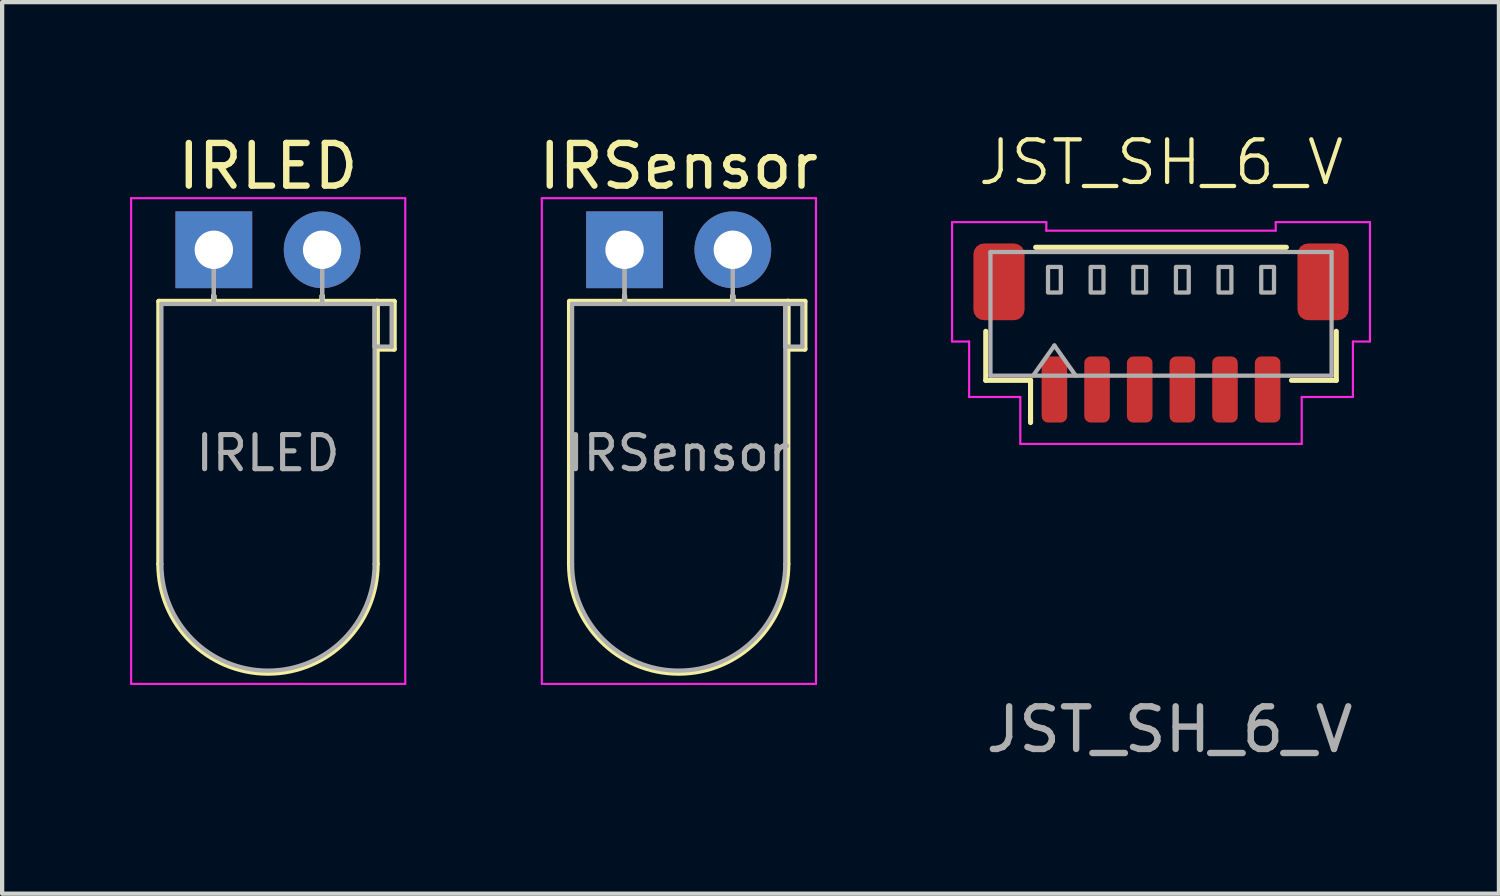
<source format=kicad_pcb>
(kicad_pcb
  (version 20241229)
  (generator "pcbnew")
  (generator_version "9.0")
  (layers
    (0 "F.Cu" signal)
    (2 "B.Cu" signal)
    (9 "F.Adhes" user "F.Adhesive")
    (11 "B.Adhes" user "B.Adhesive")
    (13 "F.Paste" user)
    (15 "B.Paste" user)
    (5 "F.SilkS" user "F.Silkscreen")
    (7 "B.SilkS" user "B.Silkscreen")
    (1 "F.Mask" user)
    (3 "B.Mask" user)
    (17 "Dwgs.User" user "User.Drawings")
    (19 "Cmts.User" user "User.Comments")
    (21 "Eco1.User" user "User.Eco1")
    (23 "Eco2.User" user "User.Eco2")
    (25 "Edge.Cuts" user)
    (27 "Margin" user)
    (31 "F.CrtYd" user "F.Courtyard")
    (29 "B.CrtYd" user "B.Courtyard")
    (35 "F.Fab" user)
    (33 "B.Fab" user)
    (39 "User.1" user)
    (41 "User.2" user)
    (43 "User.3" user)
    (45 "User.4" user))
  (footprint "JST_SH_6_V"
    (layer "F.Cu")
    (at 24.179 4.46)
    (property "Reference" "JST_SH_6_V" (at 0 -3.7 0) (unlocked yes) (layer "F.SilkS") (effects (font (size 1 1) (thickness 0.1))))
    (attr smd)
    (fp_line (start -4.11 0.26) (end -4.11 1.41) (stroke (width 0.12) (type solid)) (layer "F.SilkS"))
    (fp_line (start -4.11 1.41) (end -3.06 1.41) (stroke (width 0.12) (type solid)) (layer "F.SilkS"))
    (fp_line (start -3.06 1.41) (end -3.06 2.4) (stroke (width 0.12) (type solid)) (layer "F.SilkS"))
    (fp_line (start -2.94 -1.71) (end 2.94 -1.71) (stroke (width 0.12) (type solid)) (layer "F.SilkS"))
    (fp_line (start 4.11 0.26) (end 4.11 1.41) (stroke (width 0.12) (type solid)) (layer "F.SilkS"))
    (fp_line (start 4.11 1.41) (end 3.06 1.41) (stroke (width 0.12) (type solid)) (layer "F.SilkS"))
    (fp_line (start -4.9 -2.3) (end -2.69 -2.3) (stroke (width 0.05) (type solid)) (layer "F.CrtYd"))
    (fp_line (start -4.9 0.5) (end -4.9 -2.3) (stroke (width 0.05) (type solid)) (layer "F.CrtYd"))
    (fp_line (start -4.5 0.5) (end -4.9 0.5) (stroke (width 0.05) (type solid)) (layer "F.CrtYd"))
    (fp_line (start -4.5 1.8) (end -4.5 0.5) (stroke (width 0.05) (type solid)) (layer "F.CrtYd"))
    (fp_line (start -3.3 1.8) (end -4.5 1.8) (stroke (width 0.05) (type solid)) (layer "F.CrtYd"))
    (fp_line (start -3.3 2.9) (end -3.3 1.8) (stroke (width 0.05) (type solid)) (layer "F.CrtYd"))
    (fp_line (start -2.69 -2.3) (end -2.69 -2.1) (stroke (width 0.05) (type solid)) (layer "F.CrtYd"))
    (fp_line (start -2.69 -2.1) (end 2.69 -2.1) (stroke (width 0.05) (type solid)) (layer "F.CrtYd"))
    (fp_line (start 2.69 -2.3) (end 4.9 -2.3) (stroke (width 0.05) (type solid)) (layer "F.CrtYd"))
    (fp_line (start 2.69 -2.1) (end 2.69 -2.3) (stroke (width 0.05) (type solid)) (layer "F.CrtYd"))
    (fp_line (start 3.3 1.8) (end 3.3 2.9) (stroke (width 0.05) (type solid)) (layer "F.CrtYd"))
    (fp_line (start 3.3 2.9) (end -3.3 2.9) (stroke (width 0.05) (type solid)) (layer "F.CrtYd"))
    (fp_line (start 4.5 0.5) (end 4.5 1.8) (stroke (width 0.05) (type solid)) (layer "F.CrtYd"))
    (fp_line (start 4.5 1.8) (end 3.3 1.8) (stroke (width 0.05) (type solid)) (layer "F.CrtYd"))
    (fp_line (start 4.9 -2.3) (end 4.9 0.5) (stroke (width 0.05) (type solid)) (layer "F.CrtYd"))
    (fp_line (start 4.9 0.5) (end 4.5 0.5) (stroke (width 0.05) (type solid)) (layer "F.CrtYd"))
    (fp_line (start -4 -1.6) (end 4 -1.6) (stroke (width 0.1) (type solid)) (layer "F.Fab"))
    (fp_line (start -4 1.3) (end -4 -1.6) (stroke (width 0.1) (type solid)) (layer "F.Fab"))
    (fp_line (start -4 1.3) (end 4 1.3) (stroke (width 0.1) (type solid)) (layer "F.Fab"))
    (fp_line (start -3 1.3) (end -2.5 0.593) (stroke (width 0.1) (type solid)) (layer "F.Fab"))
    (fp_line (start -2.5 0.593) (end -2 1.3) (stroke (width 0.1) (type solid)) (layer "F.Fab"))
    (fp_line (start 4 1.3) (end 4 -1.6) (stroke (width 0.1) (type solid)) (layer "F.Fab"))
    (fp_rect (start -2.65 -1.25) (end -2.35 -0.65) (stroke (width 0.1) (type solid)) (fill no) (layer "F.Fab"))
    (fp_rect (start -1.65 -1.25) (end -1.35 -0.65) (stroke (width 0.1) (type solid)) (fill no) (layer "F.Fab"))
    (fp_rect (start -0.65 -1.25) (end -0.35 -0.65) (stroke (width 0.1) (type solid)) (fill no) (layer "F.Fab"))
    (fp_rect (start 0.35 -1.25) (end 0.65 -0.65) (stroke (width 0.1) (type solid)) (fill no) (layer "F.Fab"))
    (fp_rect (start 1.35 -1.25) (end 1.65 -0.65) (stroke (width 0.1) (type solid)) (fill no) (layer "F.Fab"))
    (fp_rect (start 2.35 -1.25) (end 2.65 -0.65) (stroke (width 0.1) (type solid)) (fill no) (layer "F.Fab"))
    (fp_text user "${REFERENCE}" (at 0.2 9.6 0) (layer "F.Fab") (effects (font (size 1 1) (thickness 0.15))))
    (pad "1" smd roundrect (at -2.5 1.625) (size 0.6 1.55) (layers "F.Cu" "F.Mask" "F.Paste") (roundrect_rratio 0.25))
    (pad "2" smd roundrect (at -1.5 1.625) (size 0.6 1.55) (layers "F.Cu" "F.Mask" "F.Paste") (roundrect_rratio 0.25))
    (pad "3" smd roundrect (at -0.5 1.625) (size 0.6 1.55) (layers "F.Cu" "F.Mask" "F.Paste") (roundrect_rratio 0.25))
    (pad "4" smd roundrect (at 0.5 1.625) (size 0.6 1.55) (layers "F.Cu" "F.Mask" "F.Paste") (roundrect_rratio 0.25))
    (pad "5" smd roundrect (at 1.5 1.625) (size 0.6 1.55) (layers "F.Cu" "F.Mask" "F.Paste") (roundrect_rratio 0.25))
    (pad "6" smd roundrect (at 2.5 1.625) (size 0.6 1.55) (layers "F.Cu" "F.Mask" "F.Paste") (roundrect_rratio 0.25))
    (pad "MP" smd roundrect (at -3.8 -0.9) (size 1.2 1.8) (layers "F.Cu" "F.Mask" "F.Paste") (roundrect_rratio 0.208))
    (pad "MP" smd roundrect (at 3.8 -0.9) (size 1.2 1.8) (layers "F.Cu" "F.Mask" "F.Paste") (roundrect_rratio 0.208)))
  (footprint "IRLED"
    (layer "F.Cu")
    (at 1.965 2.808)
    (property "Reference" "IRLED" (at 1.27 -1.96 0) (layer "F.SilkS") (effects (font (size 1 1) (thickness 0.15))))
    (attr through_hole)
    (fp_line (start -1.29 1.21) (end -1.29 7.37) (stroke (width 0.12) (type solid)) (layer "F.SilkS"))
    (fp_line (start -1.29 1.21) (end 3.83 1.21) (stroke (width 0.12) (type solid)) (layer "F.SilkS"))
    (fp_line (start 0 1.08) (end 0 1.21) (stroke (width 0.12) (type solid)) (layer "F.SilkS"))
    (fp_line (start 0 1.21) (end 0 1.08) (stroke (width 0.12) (type solid)) (layer "F.SilkS"))
    (fp_line (start 2.54 1.08) (end 2.54 1.21) (stroke (width 0.12) (type solid)) (layer "F.SilkS"))
    (fp_line (start 2.54 1.21) (end 2.54 1.08) (stroke (width 0.12) (type solid)) (layer "F.SilkS"))
    (fp_line (start 3.83 1.21) (end 3.83 7.37) (stroke (width 0.12) (type solid)) (layer "F.SilkS"))
    (fp_line (start 3.83 1.21) (end 4.23 1.21) (stroke (width 0.12) (type solid)) (layer "F.SilkS"))
    (fp_line (start 3.83 2.33) (end 3.83 1.21) (stroke (width 0.12) (type solid)) (layer "F.SilkS"))
    (fp_line (start 4.23 1.21) (end 4.23 2.33) (stroke (width 0.12) (type solid)) (layer "F.SilkS"))
    (fp_line (start 4.23 2.33) (end 3.83 2.33) (stroke (width 0.12) (type solid)) (layer "F.SilkS"))
    (fp_arc (start 3.83 7.37) (mid 1.27 9.93) (end -1.29 7.37) (stroke (width 0.12) (type solid)) (layer "F.SilkS"))
    (fp_line (start -1.94 -1.21) (end -1.94 10.18) (stroke (width 0.05) (type solid)) (layer "F.CrtYd"))
    (fp_line (start -1.94 10.18) (end 4.49 10.18) (stroke (width 0.05) (type solid)) (layer "F.CrtYd"))
    (fp_line (start 4.49 -1.21) (end -1.94 -1.21) (stroke (width 0.05) (type solid)) (layer "F.CrtYd"))
    (fp_line (start 4.49 10.18) (end 4.49 -1.21) (stroke (width 0.05) (type solid)) (layer "F.CrtYd"))
    (fp_line (start -1.23 1.27) (end -1.23 7.37) (stroke (width 0.1) (type solid)) (layer "F.Fab"))
    (fp_line (start -1.23 1.27) (end 3.77 1.27) (stroke (width 0.1) (type solid)) (layer "F.Fab"))
    (fp_line (start 0 0) (end 0 1.27) (stroke (width 0.1) (type solid)) (layer "F.Fab"))
    (fp_line (start 0 1.27) (end 0 0) (stroke (width 0.1) (type solid)) (layer "F.Fab"))
    (fp_line (start 2.54 0) (end 2.54 1.27) (stroke (width 0.1) (type solid)) (layer "F.Fab"))
    (fp_line (start 2.54 1.27) (end 2.54 0) (stroke (width 0.1) (type solid)) (layer "F.Fab"))
    (fp_line (start 3.77 1.27) (end 3.77 7.37) (stroke (width 0.1) (type solid)) (layer "F.Fab"))
    (fp_line (start 3.77 1.27) (end 4.17 1.27) (stroke (width 0.1) (type solid)) (layer "F.Fab"))
    (fp_line (start 3.77 2.27) (end 3.77 1.27) (stroke (width 0.1) (type solid)) (layer "F.Fab"))
    (fp_line (start 4.17 1.27) (end 4.17 2.27) (stroke (width 0.1) (type solid)) (layer "F.Fab"))
    (fp_line (start 4.17 2.27) (end 3.77 2.27) (stroke (width 0.1) (type solid)) (layer "F.Fab"))
    (fp_arc (start 3.77 7.37) (mid 1.27 9.87) (end -1.23 7.37) (stroke (width 0.1) (type solid)) (layer "F.Fab"))
    (fp_text user "${REFERENCE}" (at 1.27 4.77 0) (layer "F.Fab") (effects (font (size 0.8 0.8) (thickness 0.12))))
    (pad "1" thru_hole rect (at 0 0) (size 1.8 1.8) (drill 0.9) (layers "*.Cu" "*.Mask"))
    (pad "2" thru_hole circle (at 2.54 0) (size 1.8 1.8) (drill 0.9) (layers "*.Cu" "*.Mask")))
  (footprint "IRSensor"
    (layer "F.Cu")
    (at 11.597 2.808)
    (property "Reference" "IRSensor" (at 1.27 -1.96 0) (layer "F.SilkS") (effects (font (size 1 1) (thickness 0.15))))
    (attr through_hole)
    (fp_line (start -1.29 1.21) (end -1.29 7.37) (stroke (width 0.12) (type solid)) (layer "F.SilkS"))
    (fp_line (start -1.29 1.21) (end 3.83 1.21) (stroke (width 0.12) (type solid)) (layer "F.SilkS"))
    (fp_line (start 0 1.08) (end 0 1.21) (stroke (width 0.12) (type solid)) (layer "F.SilkS"))
    (fp_line (start 0 1.21) (end 0 1.08) (stroke (width 0.12) (type solid)) (layer "F.SilkS"))
    (fp_line (start 2.54 1.08) (end 2.54 1.21) (stroke (width 0.12) (type solid)) (layer "F.SilkS"))
    (fp_line (start 2.54 1.21) (end 2.54 1.08) (stroke (width 0.12) (type solid)) (layer "F.SilkS"))
    (fp_line (start 3.83 1.21) (end 3.83 7.37) (stroke (width 0.12) (type solid)) (layer "F.SilkS"))
    (fp_line (start 3.83 1.21) (end 4.23 1.21) (stroke (width 0.12) (type solid)) (layer "F.SilkS"))
    (fp_line (start 3.83 2.33) (end 3.83 1.21) (stroke (width 0.12) (type solid)) (layer "F.SilkS"))
    (fp_line (start 4.23 1.21) (end 4.23 2.33) (stroke (width 0.12) (type solid)) (layer "F.SilkS"))
    (fp_line (start 4.23 2.33) (end 3.83 2.33) (stroke (width 0.12) (type solid)) (layer "F.SilkS"))
    (fp_arc (start 3.83 7.37) (mid 1.27 9.93) (end -1.29 7.37) (stroke (width 0.12) (type solid)) (layer "F.SilkS"))
    (fp_line (start -1.94 -1.21) (end -1.94 10.18) (stroke (width 0.05) (type solid)) (layer "F.CrtYd"))
    (fp_line (start -1.94 10.18) (end 4.49 10.18) (stroke (width 0.05) (type solid)) (layer "F.CrtYd"))
    (fp_line (start 4.49 -1.21) (end -1.94 -1.21) (stroke (width 0.05) (type solid)) (layer "F.CrtYd"))
    (fp_line (start 4.49 10.18) (end 4.49 -1.21) (stroke (width 0.05) (type solid)) (layer "F.CrtYd"))
    (fp_line (start -1.23 1.27) (end -1.23 7.37) (stroke (width 0.1) (type solid)) (layer "F.Fab"))
    (fp_line (start -1.23 1.27) (end 3.77 1.27) (stroke (width 0.1) (type solid)) (layer "F.Fab"))
    (fp_line (start 0 0) (end 0 1.27) (stroke (width 0.1) (type solid)) (layer "F.Fab"))
    (fp_line (start 0 1.27) (end 0 0) (stroke (width 0.1) (type solid)) (layer "F.Fab"))
    (fp_line (start 2.54 0) (end 2.54 1.27) (stroke (width 0.1) (type solid)) (layer "F.Fab"))
    (fp_line (start 2.54 1.27) (end 2.54 0) (stroke (width 0.1) (type solid)) (layer "F.Fab"))
    (fp_line (start 3.77 1.27) (end 3.77 7.37) (stroke (width 0.1) (type solid)) (layer "F.Fab"))
    (fp_line (start 3.77 1.27) (end 4.17 1.27) (stroke (width 0.1) (type solid)) (layer "F.Fab"))
    (fp_line (start 3.77 2.27) (end 3.77 1.27) (stroke (width 0.1) (type solid)) (layer "F.Fab"))
    (fp_line (start 4.17 1.27) (end 4.17 2.27) (stroke (width 0.1) (type solid)) (layer "F.Fab"))
    (fp_line (start 4.17 2.27) (end 3.77 2.27) (stroke (width 0.1) (type solid)) (layer "F.Fab"))
    (fp_arc (start 3.77 7.37) (mid 1.27 9.87) (end -1.23 7.37) (stroke (width 0.1) (type solid)) (layer "F.Fab"))
    (fp_text user "${REFERENCE}" (at 1.27 4.77 0) (layer "F.Fab") (effects (font (size 0.8 0.8) (thickness 0.12))))
    (pad "1" thru_hole rect (at 0 0) (size 1.8 1.8) (drill 0.9) (layers "*.Cu" "*.Mask"))
    (pad "2" thru_hole circle (at 2.54 0) (size 1.8 1.8) (drill 0.9) (layers "*.Cu" "*.Mask")))
  (gr_rect
    (start -3 -3)
    (end 32.104 17.909)
    (stroke (width 0.1) (type default))
    (fill no)
    (layer "Edge.Cuts")))
</source>
